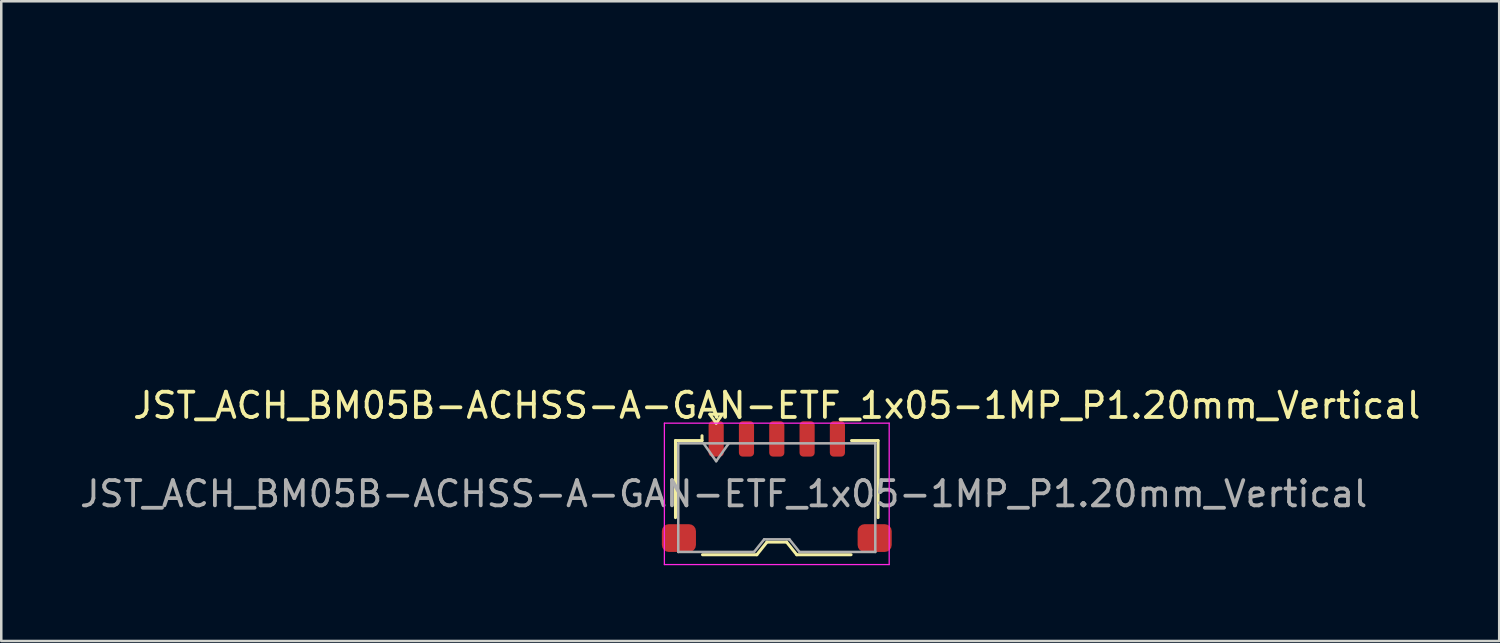
<source format=kicad_pcb>
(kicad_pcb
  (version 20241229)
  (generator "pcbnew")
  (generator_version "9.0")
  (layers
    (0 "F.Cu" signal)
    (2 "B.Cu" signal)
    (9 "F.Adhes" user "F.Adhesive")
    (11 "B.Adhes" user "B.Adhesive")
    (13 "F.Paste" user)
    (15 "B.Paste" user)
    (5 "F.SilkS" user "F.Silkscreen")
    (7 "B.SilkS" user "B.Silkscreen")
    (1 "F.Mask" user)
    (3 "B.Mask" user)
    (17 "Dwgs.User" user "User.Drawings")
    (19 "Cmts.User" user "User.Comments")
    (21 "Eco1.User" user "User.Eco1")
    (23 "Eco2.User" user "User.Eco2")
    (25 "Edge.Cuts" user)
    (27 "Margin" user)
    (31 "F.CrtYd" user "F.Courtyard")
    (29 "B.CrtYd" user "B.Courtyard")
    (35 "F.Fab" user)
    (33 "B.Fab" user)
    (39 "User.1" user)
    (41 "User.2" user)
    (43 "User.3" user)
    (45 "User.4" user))
  (footprint "icon_mask_simple"
    (layer "F.Cu")
    (at 25.955 4.746)
    (property "Reference" "icon_mask_simple" (at 0 0 0) (layer "F.Mask") (effects (font (size 1.524 1.524) (thickness 0.3))))
    (attr through_hole)
    (fp_poly (pts (xy 0.339 -4.403) (xy 0.677 -4.403) (xy 0.677 -4.064) (xy 1.016 -4.064) (xy 1.016 -3.048) (xy 1.355 -3.048) (xy 1.355 -4.064) (xy 1.016 -4.064) (xy 1.016 -4.403) (xy 0.677 -4.403) (xy 0.677 -4.741) (xy 1.693 -4.741) (xy 1.693 -4.403) (xy 2.371 -4.403) (xy 2.371 -4.064) (xy 2.709 -4.064) (xy 2.709 -3.725) (xy 3.048 -3.725) (xy 3.048 -3.387) (xy 3.387 -3.387) (xy 3.387 -3.048) (xy 3.725 -3.048) (xy 3.725 -2.371) (xy 4.064 -2.371) (xy 4.064 0.677) (xy 3.387 0.677) (xy 3.387 -0.339) (xy 3.048 -0.339) (xy 3.048 0.677) (xy 2.371 0.677) (xy 2.371 0) (xy 2.032 0) (xy 2.032 -0.339) (xy 1.355 -0.339) (xy 1.355 0) (xy 1.016 0) (xy 1.016 0.677) (xy 0.339 0.677) (xy 0.339 -0.339) (xy 0 -0.339) (xy 0 0.677) (xy -0.677 0.677) (xy -0.677 -1.016) (xy -1.016 -1.016) (xy -1.016 -1.355) (xy -1.693 -1.355) (xy -1.693 -1.693) (xy -2.371 -1.693) (xy -2.371 -1.355) (xy -2.709 -1.355) (xy -2.709 -1.016) (xy -3.048 -1.016) (xy -3.048 -0.339) (xy -3.387 -0.339) (xy -3.387 0.677) (xy -4.064 0.677) (xy -4.064 -1.355) (xy -3.725 -1.355) (xy -3.725 -2.032) (xy -0.339 -2.032) (xy 0.339 -2.032) (xy 0.339 -2.371) (xy -0.339 -2.371) (xy -0.339 -2.032) (xy -3.725 -2.032) (xy -3.725 -2.371) (xy -3.387 -2.371) (xy -3.387 -3.048) (xy -3.048 -3.048) (xy -3.048 -3.387) (xy -2.709 -3.387) (xy -2.709 -3.725) (xy -2.371 -3.725) (xy -2.371 -4.064) (xy -2.032 -4.064) (xy -1.693 -4.064) (xy -1.693 -3.387) (xy -1.355 -3.387) (xy -1.355 -3.725) (xy -0.677 -3.725) (xy -0.677 -2.371) (xy -0.339 -2.371) (xy -0.339 -2.709) (xy 0.339 -2.709) (xy 0.339 -2.371) (xy 0.677 -2.371) (xy 0.677 -2.709) (xy 0.339 -2.709) (xy -0.339 -2.709) (xy -0.339 -3.048) (xy 0.677 -3.048) (xy 0.677 -2.709) (xy 1.016 -2.709) (xy 1.016 -3.048) (xy 0.677 -3.048) (xy -0.339 -3.048) (xy -0.339 -3.725) (xy -0.677 -3.725) (xy -1.355 -3.725) (xy -1.355 -4.064) (xy -1.693 -4.064) (xy -2.032 -4.064) (xy -2.032 -4.403) (xy -1.355 -4.403) (xy -1.355 -4.741) (xy 0.339 -4.741) (xy 0.339 -4.403)) (stroke (width 0.01) (type solid)) (fill yes) (layer "F.Mask")))
  (footprint "JST_ACH_BM05B-ACHSS-A-GAN-ETF_1x05-1MP_P1.20mm_Vertical"
    (layer "F.Cu")
    (at 27.703 16.502)
    (property "Reference" "JST_ACH_BM05B-ACHSS-A-GAN-ETF_1x05-1MP_P1.20mm_Vertical" (at 0 -3.5 180) (layer "F.SilkS") (effects (font (size 1 1) (thickness 0.15))))
    (attr smd)
    (fp_line (start -4.01 -2.11) (end -2.96 -2.11) (stroke (width 0.12) (type solid)) (layer "F.SilkS"))
    (fp_line (start -4.01 0.94) (end -4.01 -2.11) (stroke (width 0.12) (type solid)) (layer "F.SilkS"))
    (fp_line (start -2.96 -2.11) (end -2.96 -2.3) (stroke (width 0.12) (type solid)) (layer "F.SilkS"))
    (fp_line (start -2.94 2.41) (end -0.79 2.41) (stroke (width 0.12) (type solid)) (layer "F.SilkS"))
    (fp_line (start -2.65 -3.154) (end -2.4 -2.8) (stroke (width 0.12) (type solid)) (layer "F.SilkS"))
    (fp_line (start -2.4 -2.8) (end -2.15 -3.154) (stroke (width 0.12) (type solid)) (layer "F.SilkS"))
    (fp_line (start -2.15 -3.154) (end -2.65 -3.154) (stroke (width 0.12) (type solid)) (layer "F.SilkS"))
    (fp_line (start -0.79 2.41) (end -0.39 1.91) (stroke (width 0.12) (type solid)) (layer "F.SilkS"))
    (fp_line (start -0.39 1.91) (end 0.39 1.91) (stroke (width 0.12) (type solid)) (layer "F.SilkS"))
    (fp_line (start 0.39 1.91) (end 0.79 2.41) (stroke (width 0.12) (type solid)) (layer "F.SilkS"))
    (fp_line (start 0.79 2.41) (end 2.94 2.41) (stroke (width 0.12) (type solid)) (layer "F.SilkS"))
    (fp_line (start 4.01 -2.11) (end 2.96 -2.11) (stroke (width 0.12) (type solid)) (layer "F.SilkS"))
    (fp_line (start 4.01 0.94) (end 4.01 -2.11) (stroke (width 0.12) (type solid)) (layer "F.SilkS"))
    (fp_line (start -4.45 -2.8) (end -4.45 2.8) (stroke (width 0.05) (type solid)) (layer "F.CrtYd"))
    (fp_line (start -4.45 2.8) (end 4.45 2.8) (stroke (width 0.05) (type solid)) (layer "F.CrtYd"))
    (fp_line (start 4.45 -2.8) (end -4.45 -2.8) (stroke (width 0.05) (type solid)) (layer "F.CrtYd"))
    (fp_line (start 4.45 2.8) (end 4.45 -2.8) (stroke (width 0.05) (type solid)) (layer "F.CrtYd"))
    (fp_line (start -3.9 -2) (end -3.9 2.3) (stroke (width 0.1) (type solid)) (layer "F.Fab"))
    (fp_line (start -3.9 -2) (end 3.9 -2) (stroke (width 0.1) (type solid)) (layer "F.Fab"))
    (fp_line (start -3.9 2.3) (end -0.9 2.3) (stroke (width 0.1) (type solid)) (layer "F.Fab"))
    (fp_line (start -2.9 -2) (end -2.4 -1.293) (stroke (width 0.1) (type solid)) (layer "F.Fab"))
    (fp_line (start -2.4 -1.293) (end -1.9 -2) (stroke (width 0.1) (type solid)) (layer "F.Fab"))
    (fp_line (start -0.9 2.3) (end -0.5 1.8) (stroke (width 0.1) (type solid)) (layer "F.Fab"))
    (fp_line (start -0.5 1.8) (end 0.5 1.8) (stroke (width 0.1) (type solid)) (layer "F.Fab"))
    (fp_line (start 0.5 1.8) (end 0.9 2.3) (stroke (width 0.1) (type solid)) (layer "F.Fab"))
    (fp_line (start 0.9 2.3) (end 3.9 2.3) (stroke (width 0.1) (type solid)) (layer "F.Fab"))
    (fp_line (start 3.9 -2) (end 3.9 2.3) (stroke (width 0.1) (type solid)) (layer "F.Fab"))
    (fp_text user "${REFERENCE}" (at -2.102 0 180) (layer "F.Fab") (effects (font (size 1 1) (thickness 0.15))))
    (pad "1" smd roundrect (at -2.4 -2.175) (size 0.6 1.4) (layers "F.Cu" "F.Mask" "F.Paste") (roundrect_rratio 0.25))
    (pad "2" smd roundrect (at -1.2 -2.175) (size 0.6 1.4) (layers "F.Cu" "F.Mask" "F.Paste") (roundrect_rratio 0.25))
    (pad "3" smd roundrect (at 0 -2.175) (size 0.6 1.4) (layers "F.Cu" "F.Mask" "F.Paste") (roundrect_rratio 0.25))
    (pad "4" smd roundrect (at 1.2 -2.175) (size 0.6 1.4) (layers "F.Cu" "F.Mask" "F.Paste") (roundrect_rratio 0.25))
    (pad "5" smd roundrect (at 2.4 -2.175) (size 0.6 1.4) (layers "F.Cu" "F.Mask" "F.Paste") (roundrect_rratio 0.25))
    (pad "MP" smd roundrect (at -3.875 1.75) (size 1.35 1.1) (layers "F.Cu" "F.Mask" "F.Paste") (roundrect_rratio 0.25))
    (pad "MP" smd roundrect (at 3.875 1.75) (size 1.35 1.1) (layers "F.Cu" "F.Mask" "F.Paste") (roundrect_rratio 0.25)))
  (footprint "icon_mask"
    (layer "F.Cu")
    (at 6.212 4.746)
    (property "Reference" "icon_mask" (at 0 0 0) (layer "F.Mask") (effects (font (size 1.524 1.524) (thickness 0.3))))
    (attr through_hole)
    (fp_poly (pts (xy 3.725 3.725) (xy 3.725 4.403) (xy 2.032 4.403) (xy 2.032 3.725) (xy 2.371 3.725) (xy 2.371 4.064) (xy 2.709 4.064) (xy 2.709 3.725) (xy 2.371 3.725) (xy 2.371 2.709) (xy 2.709 2.709) (xy 2.709 3.725) (xy 3.048 3.725) (xy 3.048 4.064) (xy 3.387 4.064) (xy 3.387 3.725) (xy 3.048 3.725) (xy 3.048 2.709) (xy 3.387 2.709) (xy 3.387 3.725) (xy 3.725 3.725)) (stroke (width 0.01) (type solid)) (fill yes) (layer "F.Mask"))
    (fp_poly (pts (xy -1.016 3.725) (xy -1.016 4.403) (xy -1.693 4.403) (xy -1.693 3.725) (xy -3.387 3.725) (xy -3.387 3.387) (xy -3.048 3.387) (xy -3.048 3.048) (xy -2.709 3.048) (xy -2.709 2.709) (xy -2.371 2.709) (xy -2.032 2.709) (xy -2.032 3.048) (xy -1.693 3.048) (xy -1.693 2.709) (xy -2.032 2.709) (xy -2.371 2.709) (xy -2.371 2.371) (xy -2.032 2.371) (xy -2.032 2.032) (xy -1.693 2.032) (xy -1.693 1.693) (xy -1.355 1.693) (xy -1.355 1.355) (xy -1.016 1.355) (xy -1.016 3.048) (xy -0.339 3.048) (xy -0.339 3.725) (xy -1.016 3.725)) (stroke (width 0.01) (type solid)) (fill yes) (layer "F.Mask"))
    (fp_poly (pts (xy 0 3.725) (xy 0 3.387) (xy 0.339 3.387) (xy 0.339 3.048) (xy 0.677 3.048) (xy 0.677 2.709) (xy 1.016 2.709) (xy 1.016 2.371) (xy 0.677 2.371) (xy 0.677 2.032) (xy 0.339 2.032) (xy 0.339 2.371) (xy 0 2.371) (xy 0 2.709) (xy -0.677 2.709) (xy -0.677 2.032) (xy -0.339 2.032) (xy -0.339 1.693) (xy 0 1.693) (xy 0 1.355) (xy 1.016 1.355) (xy 1.016 1.693) (xy 1.355 1.693) (xy 1.355 2.032) (xy 1.693 2.032) (xy 1.693 3.048) (xy 1.355 3.048) (xy 1.355 3.387) (xy 1.016 3.387) (xy 1.016 3.725) (xy 1.693 3.725) (xy 1.693 4.403) (xy -0.677 4.403) (xy -0.677 4.064) (xy -0.339 4.064) (xy -0.339 3.725) (xy 0 3.725)) (stroke (width 0.01) (type solid)) (fill yes) (layer "F.Mask"))
    (fp_poly (pts (xy 0.339 -4.403) (xy 0.677 -4.403) (xy 0.677 -4.064) (xy 1.016 -4.064) (xy 1.016 -3.048) (xy 1.355 -3.048) (xy 1.355 -4.064) (xy 1.016 -4.064) (xy 1.016 -4.403) (xy 0.677 -4.403) (xy 0.677 -4.741) (xy 1.693 -4.741) (xy 1.693 -4.403) (xy 2.371 -4.403) (xy 2.371 -4.064) (xy 2.709 -4.064) (xy 2.709 -3.725) (xy 3.048 -3.725) (xy 3.048 -3.387) (xy 3.387 -3.387) (xy 3.387 -3.048) (xy 3.725 -3.048) (xy 3.725 -2.371) (xy 4.064 -2.371) (xy 4.064 0.677) (xy 3.387 0.677) (xy 3.387 -0.339) (xy 3.048 -0.339) (xy 3.048 0.677) (xy 2.371 0.677) (xy 2.371 0) (xy 2.032 0) (xy 2.032 -0.339) (xy 1.355 -0.339) (xy 1.355 0) (xy 1.016 0) (xy 1.016 0.677) (xy 0.339 0.677) (xy 0.339 -0.339) (xy 0 -0.339) (xy 0 0.677) (xy -0.677 0.677) (xy -0.677 -1.016) (xy -1.016 -1.016) (xy -1.016 -1.355) (xy -1.693 -1.355) (xy -1.693 -1.693) (xy -2.371 -1.693) (xy -2.371 -1.355) (xy -2.709 -1.355) (xy -2.709 -1.016) (xy -3.048 -1.016) (xy -3.048 -0.339) (xy -3.387 -0.339) (xy -3.387 0.677) (xy -4.064 0.677) (xy -4.064 -1.355) (xy -3.725 -1.355) (xy -3.725 -2.032) (xy -0.339 -2.032) (xy 0.339 -2.032) (xy 0.339 -2.371) (xy -0.339 -2.371) (xy -0.339 -2.032) (xy -3.725 -2.032) (xy -3.725 -2.371) (xy -3.387 -2.371) (xy -3.387 -3.048) (xy -3.048 -3.048) (xy -3.048 -3.387) (xy -2.709 -3.387) (xy -2.709 -3.725) (xy -2.371 -3.725) (xy -2.371 -4.064) (xy -2.032 -4.064) (xy -1.693 -4.064) (xy -1.693 -3.387) (xy -1.355 -3.387) (xy -1.355 -3.725) (xy -0.677 -3.725) (xy -0.677 -2.371) (xy -0.339 -2.371) (xy -0.339 -2.709) (xy 0.339 -2.709) (xy 0.339 -2.371) (xy 0.677 -2.371) (xy 0.677 -2.709) (xy 0.339 -2.709) (xy -0.339 -2.709) (xy -0.339 -3.048) (xy 0.677 -3.048) (xy 0.677 -2.709) (xy 1.016 -2.709) (xy 1.016 -3.048) (xy 0.677 -3.048) (xy -0.339 -3.048) (xy -0.339 -3.725) (xy -0.677 -3.725) (xy -1.355 -3.725) (xy -1.355 -4.064) (xy -1.693 -4.064) (xy -2.032 -4.064) (xy -2.032 -4.403) (xy -1.355 -4.403) (xy -1.355 -4.741) (xy 0.339 -4.741) (xy 0.339 -4.403)) (stroke (width 0.01) (type solid)) (fill yes) (layer "F.Mask")))
  (gr_rect
    (start -3 -3)
    (end 56.304 22.327)
    (stroke (width 0.1) (type default))
    (fill no)
    (layer "Edge.Cuts")))
</source>
